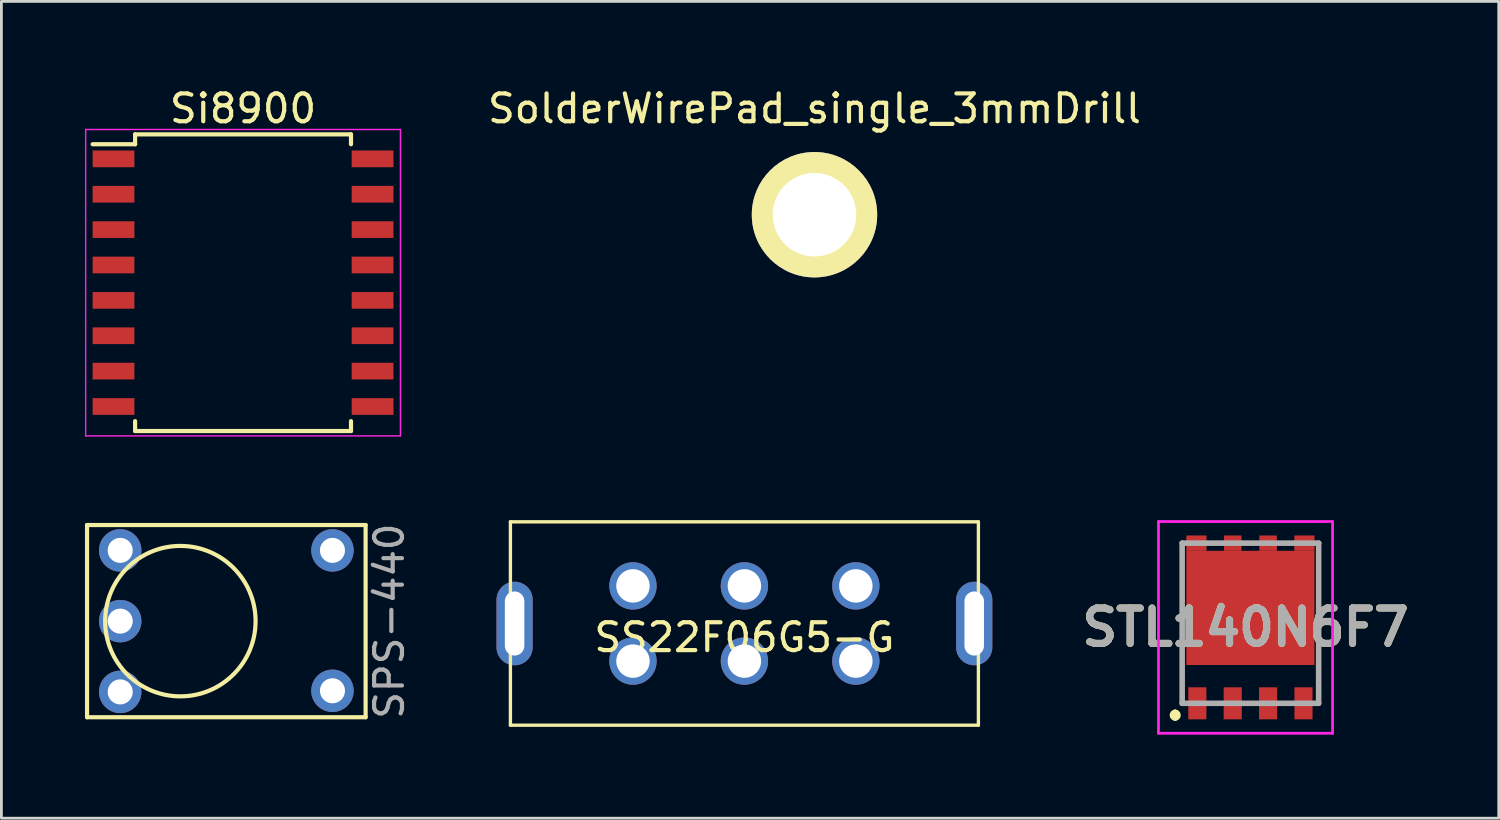
<source format=kicad_pcb>
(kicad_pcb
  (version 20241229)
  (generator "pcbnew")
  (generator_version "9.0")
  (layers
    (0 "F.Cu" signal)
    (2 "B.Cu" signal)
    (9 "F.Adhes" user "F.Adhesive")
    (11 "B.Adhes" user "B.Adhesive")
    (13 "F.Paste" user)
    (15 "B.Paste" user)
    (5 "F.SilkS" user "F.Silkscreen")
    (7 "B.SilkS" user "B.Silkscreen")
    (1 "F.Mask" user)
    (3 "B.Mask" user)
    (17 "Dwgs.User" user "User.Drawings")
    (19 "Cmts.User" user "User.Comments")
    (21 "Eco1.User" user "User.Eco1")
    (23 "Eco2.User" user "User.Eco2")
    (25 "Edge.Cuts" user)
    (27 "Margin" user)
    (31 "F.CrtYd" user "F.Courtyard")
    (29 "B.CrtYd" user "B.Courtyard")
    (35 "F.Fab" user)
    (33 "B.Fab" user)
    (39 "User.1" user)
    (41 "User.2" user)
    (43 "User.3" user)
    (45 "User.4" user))
  (footprint "SolderWirePad_single_3mmDrill"
    (layer "F.Cu")
    (at 26.189 4.658)
    (property "Reference" "SolderWirePad_single_3mmDrill" (at 0 -3.81 0) (layer "F.SilkS") (effects (font (size 1 1) (thickness 0.15))))
    (attr through_hole)
    (pad "1" thru_hole circle (at 0 0) (size 4.501 4.501) (drill 3) (layers "*.Cu" "*.Mask" "F.SilkS")))
  (footprint "SPS-440"
    (layer "F.Cu")
    (at 5.075 19.248)
    (property "Reference" "SPS-440" (at 5.85 0 90) (layer "F.Fab") (effects (font (size 1 1) (thickness 0.15))))
    (attr through_hole)
    (fp_line (start -5 -3.45) (end 5 -3.45) (stroke (width 0.15) (type solid)) (layer "F.SilkS"))
    (fp_line (start -5 3.45) (end -5 -3.45) (stroke (width 0.15) (type solid)) (layer "F.SilkS"))
    (fp_line (start 5 -3.45) (end 5 3.45) (stroke (width 0.15) (type solid)) (layer "F.SilkS"))
    (fp_line (start 5 3.45) (end -5 3.45) (stroke (width 0.15) (type solid)) (layer "F.SilkS"))
    (fp_circle (center -1.65 0) (end 1.05 0) (stroke (width 0.15) (type solid)) (fill no) (layer "F.SilkS"))
    (pad "1" thru_hole circle (at -3.81 -2.54) (size 1.524 1.524) (drill 0.9) (layers "*.Cu" "*.Mask"))
    (pad "2" thru_hole circle (at -3.81 0) (size 1.524 1.524) (drill 0.9) (layers "*.Cu" "*.Mask"))
    (pad "3" thru_hole circle (at -3.81 2.54) (size 1.524 1.524) (drill 0.9) (layers "*.Cu" "*.Mask"))
    (pad "4" thru_hole circle (at 3.81 -2.54) (size 1.524 1.524) (drill 0.9) (layers "*.Cu" "*.Mask"))
    (pad "5" thru_hole circle (at 3.81 2.5) (size 1.524 1.524) (drill 0.9) (layers "*.Cu" "*.Mask")))
  (footprint "Si8900"
    (layer "F.Cu")
    (at 5.675 7.098)
    (property "Reference" "Si8900" (at 0 -6.25 0) (layer "F.SilkS") (effects (font (size 1 1) (thickness 0.15))))
    (attr smd)
    (fp_line (start -3.875 -5.325) (end -3.875 -4.97) (stroke (width 0.15) (type solid)) (layer "F.SilkS"))
    (fp_line (start -3.875 -5.325) (end 3.875 -5.325) (stroke (width 0.15) (type solid)) (layer "F.SilkS"))
    (fp_line (start -3.875 -4.97) (end -5.4 -4.97) (stroke (width 0.15) (type solid)) (layer "F.SilkS"))
    (fp_line (start -3.875 5.325) (end -3.875 4.97) (stroke (width 0.15) (type solid)) (layer "F.SilkS"))
    (fp_line (start -3.875 5.325) (end 3.875 5.325) (stroke (width 0.15) (type solid)) (layer "F.SilkS"))
    (fp_line (start 3.875 -5.325) (end 3.875 -4.97) (stroke (width 0.15) (type solid)) (layer "F.SilkS"))
    (fp_line (start 3.875 5.325) (end 3.875 4.97) (stroke (width 0.15) (type solid)) (layer "F.SilkS"))
    (fp_line (start -5.65 -5.5) (end -5.65 5.5) (stroke (width 0.05) (type solid)) (layer "F.CrtYd"))
    (fp_line (start -5.65 -5.5) (end 5.65 -5.5) (stroke (width 0.05) (type solid)) (layer "F.CrtYd"))
    (fp_line (start -5.65 5.5) (end 5.65 5.5) (stroke (width 0.05) (type solid)) (layer "F.CrtYd"))
    (fp_line (start 5.65 -5.5) (end 5.65 5.5) (stroke (width 0.05) (type solid)) (layer "F.CrtYd"))
    (pad "1" smd rect (at -4.65 -4.445) (size 1.5 0.6) (layers "F.Cu" "F.Mask" "F.Paste"))
    (pad "2" smd rect (at -4.65 -3.175) (size 1.5 0.6) (layers "F.Cu" "F.Mask" "F.Paste"))
    (pad "3" smd rect (at -4.65 -1.905) (size 1.5 0.6) (layers "F.Cu" "F.Mask" "F.Paste"))
    (pad "4" smd rect (at -4.65 -0.635) (size 1.5 0.6) (layers "F.Cu" "F.Mask" "F.Paste"))
    (pad "5" smd rect (at -4.65 0.635) (size 1.5 0.6) (layers "F.Cu" "F.Mask" "F.Paste"))
    (pad "6" smd rect (at -4.65 1.905) (size 1.5 0.6) (layers "F.Cu" "F.Mask" "F.Paste"))
    (pad "7" smd rect (at -4.65 3.175) (size 1.5 0.6) (layers "F.Cu" "F.Mask" "F.Paste"))
    (pad "8" smd rect (at -4.65 4.445) (size 1.5 0.6) (layers "F.Cu" "F.Mask" "F.Paste"))
    (pad "9" smd rect (at 4.65 4.445) (size 1.5 0.6) (layers "F.Cu" "F.Mask" "F.Paste"))
    (pad "10" smd rect (at 4.65 3.175) (size 1.5 0.6) (layers "F.Cu" "F.Mask" "F.Paste"))
    (pad "11" smd rect (at 4.65 1.905) (size 1.5 0.6) (layers "F.Cu" "F.Mask" "F.Paste"))
    (pad "12" smd rect (at 4.65 0.635) (size 1.5 0.6) (layers "F.Cu" "F.Mask" "F.Paste"))
    (pad "13" smd rect (at 4.65 -0.635) (size 1.5 0.6) (layers "F.Cu" "F.Mask" "F.Paste"))
    (pad "14" smd rect (at 4.65 -1.905) (size 1.5 0.6) (layers "F.Cu" "F.Mask" "F.Paste"))
    (pad "15" smd rect (at 4.65 -3.175) (size 1.5 0.6) (layers "F.Cu" "F.Mask" "F.Paste"))
    (pad "16" smd rect (at 4.65 -4.445) (size 1.5 0.6) (layers "F.Cu" "F.Mask" "F.Paste")))
  (footprint "SS22F06G5-G"
    (layer "F.Cu")
    (at 23.673 19.333)
    (property "Reference" "SS22F06G5-G" (at 0 0.5 0) (layer "F.SilkS") (effects (font (size 1 1) (thickness 0.15))))
    (attr through_hole)
    (fp_line (start -8.4 -3.65) (end 8.4 -3.65) (stroke (width 0.12) (type solid)) (layer "F.SilkS"))
    (fp_line (start -8.4 3.65) (end -8.4 -3.65) (stroke (width 0.12) (type solid)) (layer "F.SilkS"))
    (fp_line (start 8.4 -3.65) (end 8.4 3.65) (stroke (width 0.12) (type solid)) (layer "F.SilkS"))
    (fp_line (start 8.4 3.65) (end -8.4 3.65) (stroke (width 0.12) (type solid)) (layer "F.SilkS"))
    (pad "" thru_hole oval (at -8.25 0) (size 1.3 3) (drill oval 0.7 2.3) (layers "*.Cu" "*.Mask"))
    (pad "" thru_hole oval (at 8.25 0) (size 1.3 3) (drill oval 0.7 2.3) (layers "*.Cu" "*.Mask"))
    (pad "1" thru_hole circle (at -4 -1.35) (size 1.7 1.7) (drill 1.2) (layers "*.Cu" "*.Mask"))
    (pad "2" thru_hole circle (at 0 -1.35) (size 1.7 1.7) (drill 1.2) (layers "*.Cu" "*.Mask"))
    (pad "3" thru_hole circle (at 4 -1.35) (size 1.7 1.7) (drill 1.2) (layers "*.Cu" "*.Mask"))
    (pad "4" thru_hole circle (at -4 1.35) (size 1.7 1.7) (drill 1.2) (layers "*.Cu" "*.Mask"))
    (pad "5" thru_hole circle (at 0 1.35) (size 1.7 1.7) (drill 1.2) (layers "*.Cu" "*.Mask"))
    (pad "6" thru_hole circle (at 4 1.35) (size 1.7 1.7) (drill 1.2) (layers "*.Cu" "*.Mask")))
  (footprint "STL140N6F7"
    (layer "F.Cu")
    (at 41.838 19.323)
    (property "Reference" "STL140N6F7" (at -0.175 0.15 0) (layer "F.SilkS") (effects (font (size 1.27 1.27) (thickness 0.254))))
    (attr smd)
    (fp_line (start -2.7 3.2) (end -2.7 3.2) (stroke (width 0.2) (type solid)) (layer "F.SilkS"))
    (fp_line (start -2.7 3.4) (end -2.7 3.4) (stroke (width 0.2) (type solid)) (layer "F.SilkS"))
    (fp_line (start -2.45 1.8) (end -2.45 2) (stroke (width 0.1) (type solid)) (layer "F.SilkS"))
    (fp_line (start -0.1 -2.875) (end 0.1 -2.875) (stroke (width 0.1) (type solid)) (layer "F.SilkS"))
    (fp_line (start -0.1 2.875) (end 0.1 2.875) (stroke (width 0.1) (type solid)) (layer "F.SilkS"))
    (fp_line (start 2.45 1.8) (end 2.45 2) (stroke (width 0.1) (type solid)) (layer "F.SilkS"))
    (fp_arc (start -2.7 3.2) (mid -2.6 3.3) (end -2.7 3.4) (stroke (width 0.2) (type solid)) (layer "F.SilkS"))
    (fp_arc (start -2.7 3.4) (mid -2.8 3.3) (end -2.7 3.2) (stroke (width 0.2) (type solid)) (layer "F.SilkS"))
    (fp_line (start -3.3 -3.65) (end 2.95 -3.65) (stroke (width 0.1) (type solid)) (layer "F.CrtYd"))
    (fp_line (start -3.3 3.95) (end -3.3 -3.65) (stroke (width 0.1) (type solid)) (layer "F.CrtYd"))
    (fp_line (start 2.95 -3.65) (end 2.95 3.95) (stroke (width 0.1) (type solid)) (layer "F.CrtYd"))
    (fp_line (start 2.95 3.95) (end -3.3 3.95) (stroke (width 0.1) (type solid)) (layer "F.CrtYd"))
    (fp_line (start -2.45 -2.875) (end 2.45 -2.875) (stroke (width 0.2) (type solid)) (layer "F.Fab"))
    (fp_line (start -2.45 2.875) (end -2.45 -2.875) (stroke (width 0.2) (type solid)) (layer "F.Fab"))
    (fp_line (start 2.45 -2.875) (end 2.45 2.875) (stroke (width 0.2) (type solid)) (layer "F.Fab"))
    (fp_line (start 2.45 2.875) (end -2.45 2.875) (stroke (width 0.2) (type solid)) (layer "F.Fab"))
    (fp_text user "${REFERENCE}" (at -0.175 0.15 0) (layer "F.Fab") (effects (font (size 1.27 1.27) (thickness 0.254))))
    (pad "1" smd rect (at -1.905 2.875) (size 0.65 1.15) (layers "F.Cu" "F.Mask" "F.Paste"))
    (pad "2" smd rect (at -0.635 2.875) (size 0.65 1.15) (layers "F.Cu" "F.Mask" "F.Paste"))
    (pad "3" smd rect (at 0.635 2.875) (size 0.65 1.15) (layers "F.Cu" "F.Mask" "F.Paste"))
    (pad "4" smd rect (at 1.905 2.875) (size 0.65 1.15) (layers "F.Cu" "F.Mask" "F.Paste"))
    (pad "5" smd rect (at 1.938 -2.875 90) (size 0.55 0.725) (layers "F.Cu" "F.Mask" "F.Paste"))
    (pad "6" smd rect (at 0.635 -2.875 90) (size 0.55 0.63) (layers "F.Cu" "F.Mask" "F.Paste"))
    (pad "7" smd rect (at -0.635 -2.875 90) (size 0.55 0.63) (layers "F.Cu" "F.Mask" "F.Paste"))
    (pad "8" smd rect (at -1.938 -2.875 90) (size 0.55 0.725) (layers "F.Cu" "F.Mask" "F.Paste"))
    (pad "9" smd rect (at 0 -0.55 90) (size 4.1 4.6) (layers "F.Cu" "F.Mask" "F.Paste")))
  (gr_rect
    (start -3 -3)
    (end 50.753 26.323)
    (stroke (width 0.1) (type default))
    (fill no)
    (layer "Edge.Cuts")))
</source>
